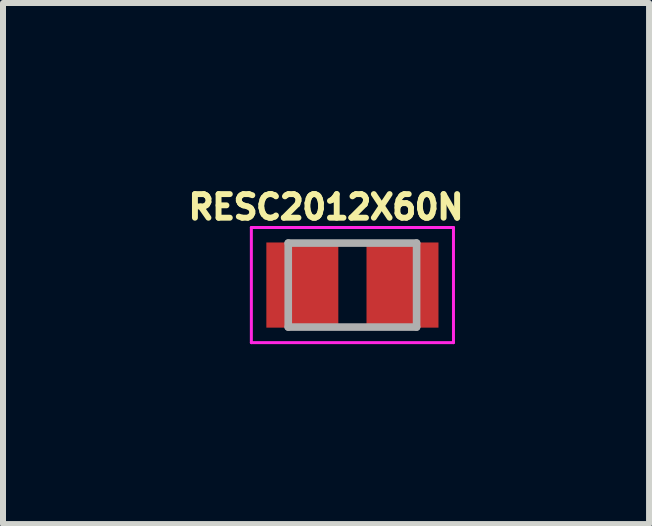
<source format=kicad_pcb>
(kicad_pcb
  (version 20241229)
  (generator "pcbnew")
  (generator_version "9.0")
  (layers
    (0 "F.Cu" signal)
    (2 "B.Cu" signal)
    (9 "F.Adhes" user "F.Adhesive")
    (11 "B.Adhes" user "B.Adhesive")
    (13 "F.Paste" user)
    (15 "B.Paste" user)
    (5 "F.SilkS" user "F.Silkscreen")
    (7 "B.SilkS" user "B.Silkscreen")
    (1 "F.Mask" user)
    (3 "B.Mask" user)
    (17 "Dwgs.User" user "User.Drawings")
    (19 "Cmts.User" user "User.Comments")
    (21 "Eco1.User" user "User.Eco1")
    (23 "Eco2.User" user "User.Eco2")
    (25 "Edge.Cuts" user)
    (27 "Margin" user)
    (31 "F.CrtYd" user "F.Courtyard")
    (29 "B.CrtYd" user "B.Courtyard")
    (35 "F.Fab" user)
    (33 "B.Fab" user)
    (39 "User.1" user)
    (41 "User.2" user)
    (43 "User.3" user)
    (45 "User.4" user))
  (footprint "RESC2012X60N"
    (layer "F.Cu")
    (at 2.826 1.703)
    (property "Reference" "RESC2012X60N" (at -0.44 -1.3 0) (layer "F.SilkS") (effects (font (size 0.394 0.394) (thickness 0.15))))
    (attr smd)
    (fp_line (start -1.685 -0.96) (end 1.685 -0.96) (stroke (width 0.05) (type solid)) (layer "F.CrtYd"))
    (fp_line (start -1.685 0.96) (end -1.685 -0.96) (stroke (width 0.05) (type solid)) (layer "F.CrtYd"))
    (fp_line (start -1.685 0.96) (end 1.685 0.96) (stroke (width 0.05) (type solid)) (layer "F.CrtYd"))
    (fp_line (start 1.685 0.96) (end 1.685 -0.96) (stroke (width 0.05) (type solid)) (layer "F.CrtYd"))
    (fp_line (start -1.07 0.7) (end -1.07 -0.7) (stroke (width 0.127) (type solid)) (layer "F.Fab"))
    (fp_line (start 1.07 -0.7) (end -1.07 -0.7) (stroke (width 0.127) (type solid)) (layer "F.Fab"))
    (fp_line (start 1.07 0.7) (end -1.07 0.7) (stroke (width 0.127) (type solid)) (layer "F.Fab"))
    (fp_line (start 1.07 0.7) (end 1.07 -0.7) (stroke (width 0.127) (type solid)) (layer "F.Fab"))
    (pad "1" smd rect (at -0.835 0) (size 1.2 1.42) (layers "F.Cu" "F.Mask" "F.Paste"))
    (pad "2" smd rect (at 0.835 0) (size 1.2 1.42) (layers "F.Cu" "F.Mask" "F.Paste")))
  (gr_rect
    (start -3 -3)
    (end 7.772 5.688)
    (stroke (width 0.1) (type default))
    (fill no)
    (layer "Edge.Cuts")))
</source>
